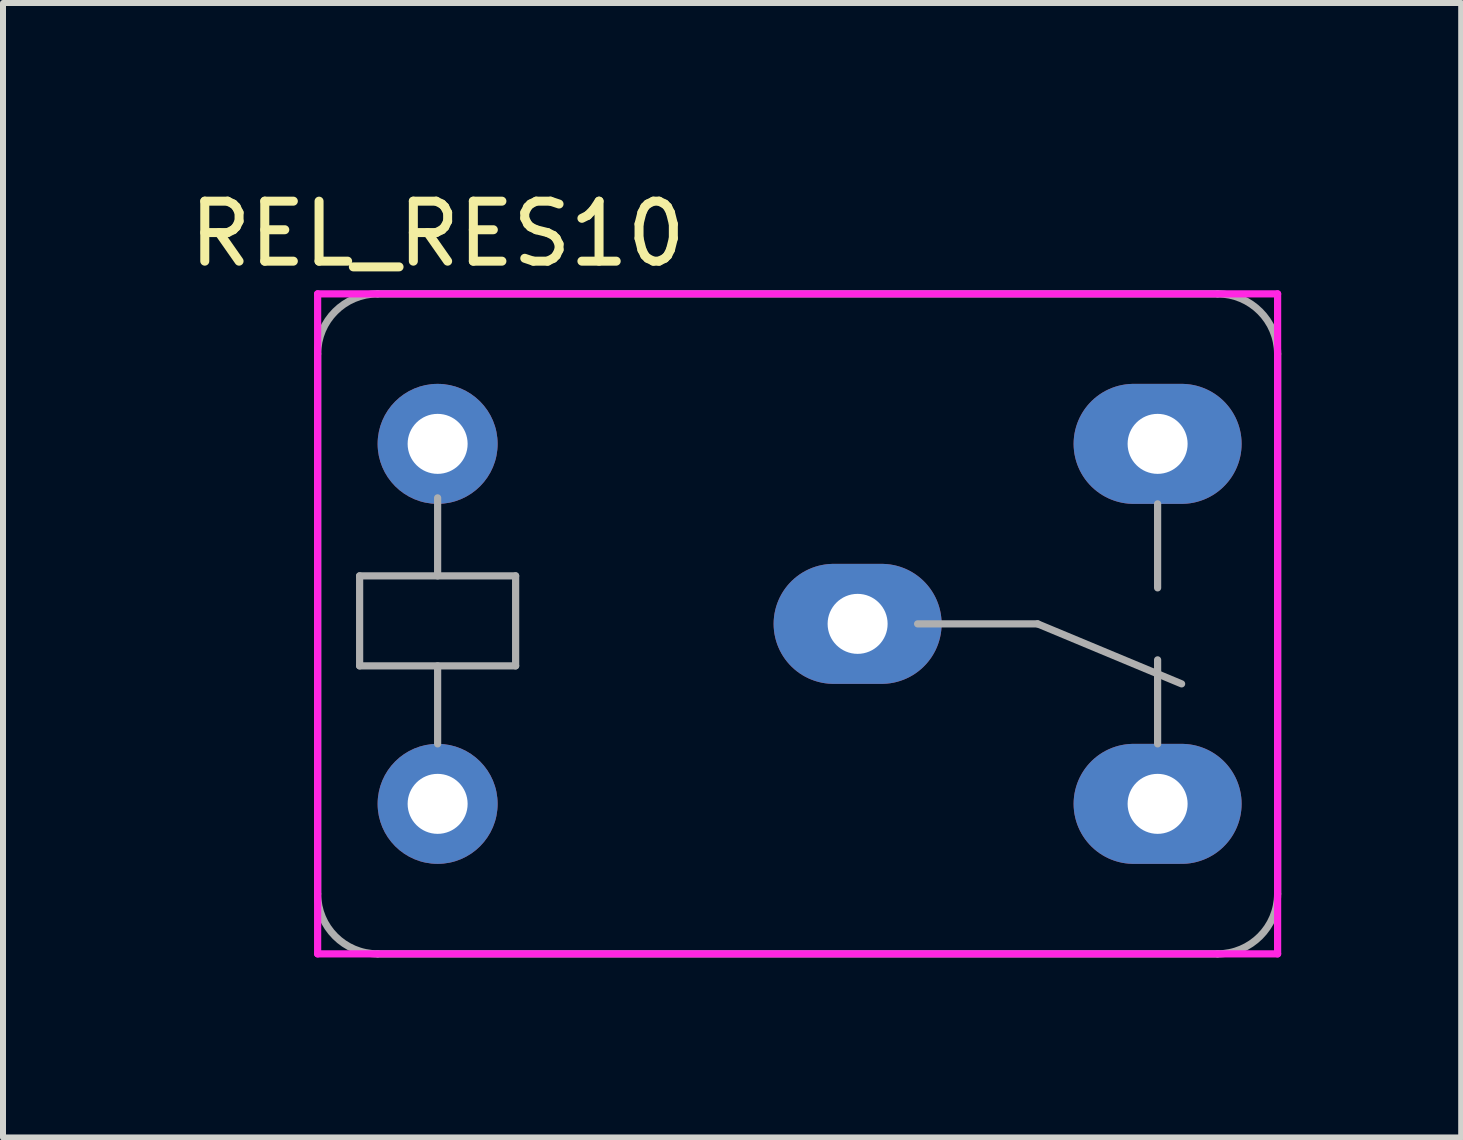
<source format=kicad_pcb>
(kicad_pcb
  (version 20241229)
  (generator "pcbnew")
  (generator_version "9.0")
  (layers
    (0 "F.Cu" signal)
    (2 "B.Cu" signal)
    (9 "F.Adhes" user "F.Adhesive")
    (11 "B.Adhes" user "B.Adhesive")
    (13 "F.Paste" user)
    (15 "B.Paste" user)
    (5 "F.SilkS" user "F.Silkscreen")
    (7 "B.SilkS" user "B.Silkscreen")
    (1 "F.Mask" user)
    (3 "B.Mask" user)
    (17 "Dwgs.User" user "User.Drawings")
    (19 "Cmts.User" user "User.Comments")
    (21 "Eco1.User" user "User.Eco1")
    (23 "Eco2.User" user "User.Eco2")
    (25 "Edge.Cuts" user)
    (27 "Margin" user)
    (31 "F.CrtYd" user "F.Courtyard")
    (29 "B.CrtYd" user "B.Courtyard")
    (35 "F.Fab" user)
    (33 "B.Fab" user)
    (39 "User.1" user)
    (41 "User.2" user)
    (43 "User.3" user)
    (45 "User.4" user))
  (footprint "REL_RES10"
    (layer "F.Cu")
    (at 4.244 4.348)
    (property "Reference" "REL_RES10" (at 0 -3.5 0) (layer "F.SilkS") (effects (font (size 1 1) (thickness 0.15))))
    (attr through_hole)
    (fp_line (start -2 -2.5) (end 14 -2.5) (stroke (width 0.12) (type solid)) (layer "F.CrtYd"))
    (fp_line (start -2 8.5) (end -2 -2.5) (stroke (width 0.12) (type solid)) (layer "F.CrtYd"))
    (fp_line (start 14 -2.5) (end 14 8.5) (stroke (width 0.12) (type solid)) (layer "F.CrtYd"))
    (fp_line (start 14 8.5) (end -2 8.5) (stroke (width 0.12) (type solid)) (layer "F.CrtYd"))
    (fp_line (start -2 7.5) (end -2 -1.5) (stroke (width 0.12) (type solid)) (layer "F.Fab"))
    (fp_line (start -1.3 2.2) (end 1.3 2.2) (stroke (width 0.12) (type solid)) (layer "F.Fab"))
    (fp_line (start -1.3 3.7) (end -1.3 2.2) (stroke (width 0.12) (type solid)) (layer "F.Fab"))
    (fp_line (start -1 -2.5) (end 13 -2.5) (stroke (width 0.12) (type solid)) (layer "F.Fab"))
    (fp_line (start 0 2.2) (end 0 0.9) (stroke (width 0.12) (type solid)) (layer "F.Fab"))
    (fp_line (start 0 5) (end 0 3.7) (stroke (width 0.12) (type solid)) (layer "F.Fab"))
    (fp_line (start 1.3 2.2) (end 1.3 3.7) (stroke (width 0.12) (type solid)) (layer "F.Fab"))
    (fp_line (start 1.3 3.7) (end -1.3 3.7) (stroke (width 0.12) (type solid)) (layer "F.Fab"))
    (fp_line (start 8 3) (end 10 3) (stroke (width 0.12) (type solid)) (layer "F.Fab"))
    (fp_line (start 10 3) (end 12.4 4) (stroke (width 0.12) (type solid)) (layer "F.Fab"))
    (fp_line (start 12 1) (end 12 2.4) (stroke (width 0.12) (type solid)) (layer "F.Fab"))
    (fp_line (start 12 3.6) (end 12 5) (stroke (width 0.12) (type solid)) (layer "F.Fab"))
    (fp_line (start 13 8.5) (end -1 8.5) (stroke (width 0.12) (type solid)) (layer "F.Fab"))
    (fp_line (start 14 -1.5) (end 14 7.5) (stroke (width 0.12) (type solid)) (layer "F.Fab"))
    (fp_arc (start -2 -1.5) (mid -1.707107 -2.207107) (end -1 -2.5) (stroke (width 0.12) (type solid)) (layer "F.Fab"))
    (fp_arc (start -1 8.5) (mid -1.707107 8.207107) (end -2 7.5) (stroke (width 0.12) (type solid)) (layer "F.Fab"))
    (fp_arc (start 13 -2.5) (mid 13.707107 -2.207107) (end 14 -1.5) (stroke (width 0.12) (type solid)) (layer "F.Fab"))
    (fp_arc (start 14 7.5) (mid 13.707107 8.207107) (end 13 8.5) (stroke (width 0.12) (type solid)) (layer "F.Fab"))
    (pad "1" thru_hole circle (at 0 0) (size 2 2) (drill 1) (layers "*.Cu" "*.Mask"))
    (pad "2" thru_hole circle (at 0 6) (size 2 2) (drill 1) (layers "*.Cu" "*.Mask"))
    (pad "11" thru_hole oval (at 7 3) (size 2.8 2) (drill 1) (layers "*.Cu" "*.Mask"))
    (pad "12" thru_hole oval (at 12 6) (size 2.8 2) (drill 1) (layers "*.Cu" "*.Mask"))
    (pad "14" thru_hole oval (at 12 0) (size 2.8 2) (drill 1) (layers "*.Cu" "*.Mask")))
  (gr_rect
    (start -3 -3)
    (end 21.304 15.908)
    (stroke (width 0.1) (type default))
    (fill no)
    (layer "Edge.Cuts")))
</source>
